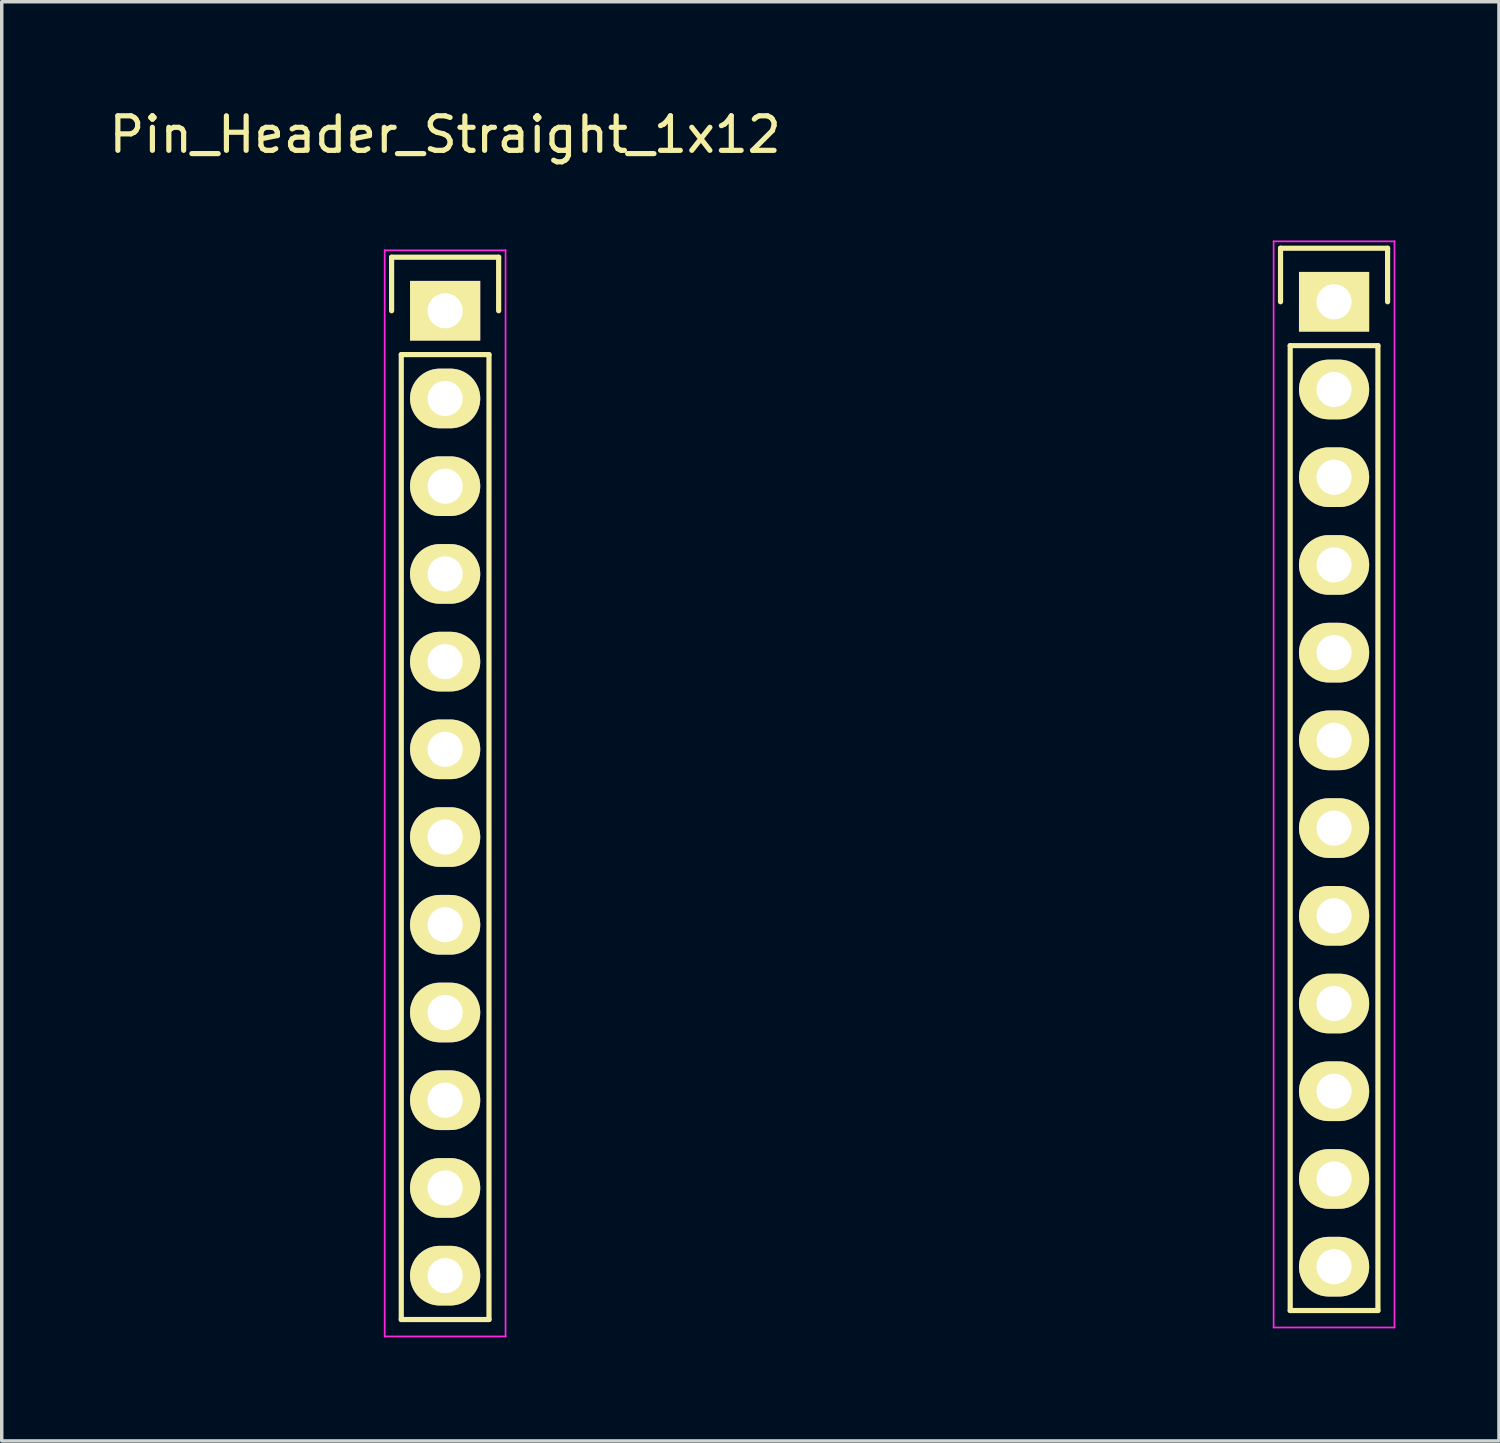
<source format=kicad_pcb>
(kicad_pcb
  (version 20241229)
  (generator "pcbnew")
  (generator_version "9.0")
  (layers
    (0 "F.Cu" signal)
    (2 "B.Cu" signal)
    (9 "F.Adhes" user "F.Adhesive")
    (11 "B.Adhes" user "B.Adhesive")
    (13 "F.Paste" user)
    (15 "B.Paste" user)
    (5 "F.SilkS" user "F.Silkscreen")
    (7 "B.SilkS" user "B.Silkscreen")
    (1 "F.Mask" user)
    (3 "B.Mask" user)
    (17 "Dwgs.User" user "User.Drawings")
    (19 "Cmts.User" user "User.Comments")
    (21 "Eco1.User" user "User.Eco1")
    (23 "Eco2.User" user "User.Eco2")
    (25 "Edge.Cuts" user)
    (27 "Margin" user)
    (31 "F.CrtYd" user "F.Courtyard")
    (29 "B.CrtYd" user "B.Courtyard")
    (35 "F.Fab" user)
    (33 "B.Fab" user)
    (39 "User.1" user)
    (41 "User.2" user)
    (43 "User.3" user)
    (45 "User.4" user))
  (footprint "Pin_Header_Straight_1x12"
    (layer "F.Cu")
    (at 9.839 5.948)
    (property "Reference" "Pin_Header_Straight_1x12" (at 0 -5.1 0) (layer "F.SilkS") (effects (font (size 1 1) (thickness 0.15))))
    (attr through_hole)
    (fp_line (start -1.55 -1.55) (end 1.55 -1.55) (stroke (width 0.15) (type solid)) (layer "F.SilkS"))
    (fp_line (start -1.55 0) (end -1.55 -1.55) (stroke (width 0.15) (type solid)) (layer "F.SilkS"))
    (fp_line (start -1.27 29.21) (end -1.27 1.27) (stroke (width 0.15) (type solid)) (layer "F.SilkS"))
    (fp_line (start 1.27 1.27) (end -1.27 1.27) (stroke (width 0.15) (type solid)) (layer "F.SilkS"))
    (fp_line (start 1.27 1.27) (end 1.27 29.21) (stroke (width 0.15) (type solid)) (layer "F.SilkS"))
    (fp_line (start 1.27 29.21) (end -1.27 29.21) (stroke (width 0.15) (type solid)) (layer "F.SilkS"))
    (fp_line (start 1.55 -1.55) (end 1.55 0) (stroke (width 0.15) (type solid)) (layer "F.SilkS"))
    (fp_line (start 24.19 -1.81) (end 27.29 -1.81) (stroke (width 0.15) (type solid)) (layer "F.SilkS"))
    (fp_line (start 24.19 -0.26) (end 24.19 -1.81) (stroke (width 0.15) (type solid)) (layer "F.SilkS"))
    (fp_line (start 24.47 28.95) (end 24.47 1.01) (stroke (width 0.15) (type solid)) (layer "F.SilkS"))
    (fp_line (start 27.01 1.01) (end 24.47 1.01) (stroke (width 0.15) (type solid)) (layer "F.SilkS"))
    (fp_line (start 27.01 1.01) (end 27.01 28.95) (stroke (width 0.15) (type solid)) (layer "F.SilkS"))
    (fp_line (start 27.01 28.95) (end 24.47 28.95) (stroke (width 0.15) (type solid)) (layer "F.SilkS"))
    (fp_line (start 27.29 -1.81) (end 27.29 -0.26) (stroke (width 0.15) (type solid)) (layer "F.SilkS"))
    (fp_line (start -1.75 -1.75) (end -1.75 29.7) (stroke (width 0.05) (type solid)) (layer "F.CrtYd"))
    (fp_line (start -1.75 -1.75) (end 1.75 -1.75) (stroke (width 0.05) (type solid)) (layer "F.CrtYd"))
    (fp_line (start -1.75 29.7) (end 1.75 29.7) (stroke (width 0.05) (type solid)) (layer "F.CrtYd"))
    (fp_line (start 1.75 -1.75) (end 1.75 29.7) (stroke (width 0.05) (type solid)) (layer "F.CrtYd"))
    (fp_line (start 23.99 -2.01) (end 23.99 29.44) (stroke (width 0.05) (type solid)) (layer "F.CrtYd"))
    (fp_line (start 23.99 -2.01) (end 27.49 -2.01) (stroke (width 0.05) (type solid)) (layer "F.CrtYd"))
    (fp_line (start 23.99 29.44) (end 27.49 29.44) (stroke (width 0.05) (type solid)) (layer "F.CrtYd"))
    (fp_line (start 27.49 -2.01) (end 27.49 29.44) (stroke (width 0.05) (type solid)) (layer "F.CrtYd"))
    (pad "1" thru_hole rect (at 0 0) (size 2.032 1.727) (drill 1.016) (layers "*.Cu" "*.Mask" "F.SilkS"))
    (pad "1" thru_hole rect (at 25.74 -0.26) (size 2.032 1.727) (drill 1.016) (layers "*.Cu" "*.Mask" "F.SilkS"))
    (pad "2" thru_hole oval (at 0 2.54) (size 2.032 1.727) (drill 1.016) (layers "*.Cu" "*.Mask" "F.SilkS"))
    (pad "2" thru_hole oval (at 25.74 2.28) (size 2.032 1.727) (drill 1.016) (layers "*.Cu" "*.Mask" "F.SilkS"))
    (pad "3" thru_hole oval (at 0 5.08) (size 2.032 1.727) (drill 1.016) (layers "*.Cu" "*.Mask" "F.SilkS"))
    (pad "3" thru_hole oval (at 25.74 4.82) (size 2.032 1.727) (drill 1.016) (layers "*.Cu" "*.Mask" "F.SilkS"))
    (pad "4" thru_hole oval (at 0 7.62) (size 2.032 1.727) (drill 1.016) (layers "*.Cu" "*.Mask" "F.SilkS"))
    (pad "4" thru_hole oval (at 25.74 7.36) (size 2.032 1.727) (drill 1.016) (layers "*.Cu" "*.Mask" "F.SilkS"))
    (pad "5" thru_hole oval (at 0 10.16) (size 2.032 1.727) (drill 1.016) (layers "*.Cu" "*.Mask" "F.SilkS"))
    (pad "5" thru_hole oval (at 25.74 9.9) (size 2.032 1.727) (drill 1.016) (layers "*.Cu" "*.Mask" "F.SilkS"))
    (pad "6" thru_hole oval (at 0 12.7) (size 2.032 1.727) (drill 1.016) (layers "*.Cu" "*.Mask" "F.SilkS"))
    (pad "6" thru_hole oval (at 25.74 12.44) (size 2.032 1.727) (drill 1.016) (layers "*.Cu" "*.Mask" "F.SilkS"))
    (pad "7" thru_hole oval (at 0 15.24) (size 2.032 1.727) (drill 1.016) (layers "*.Cu" "*.Mask" "F.SilkS"))
    (pad "7" thru_hole oval (at 25.74 14.98) (size 2.032 1.727) (drill 1.016) (layers "*.Cu" "*.Mask" "F.SilkS"))
    (pad "8" thru_hole oval (at 0 17.78) (size 2.032 1.727) (drill 1.016) (layers "*.Cu" "*.Mask" "F.SilkS"))
    (pad "8" thru_hole oval (at 25.74 17.52) (size 2.032 1.727) (drill 1.016) (layers "*.Cu" "*.Mask" "F.SilkS"))
    (pad "9" thru_hole oval (at 0 20.32) (size 2.032 1.727) (drill 1.016) (layers "*.Cu" "*.Mask" "F.SilkS"))
    (pad "9" thru_hole oval (at 25.74 20.06) (size 2.032 1.727) (drill 1.016) (layers "*.Cu" "*.Mask" "F.SilkS"))
    (pad "10" thru_hole oval (at 0 22.86) (size 2.032 1.727) (drill 1.016) (layers "*.Cu" "*.Mask" "F.SilkS"))
    (pad "10" thru_hole oval (at 25.74 22.6) (size 2.032 1.727) (drill 1.016) (layers "*.Cu" "*.Mask" "F.SilkS"))
    (pad "11" thru_hole oval (at 0 25.4) (size 2.032 1.727) (drill 1.016) (layers "*.Cu" "*.Mask" "F.SilkS"))
    (pad "11" thru_hole oval (at 25.74 25.14) (size 2.032 1.727) (drill 1.016) (layers "*.Cu" "*.Mask" "F.SilkS"))
    (pad "12" thru_hole oval (at 0 27.94) (size 2.032 1.727) (drill 1.016) (layers "*.Cu" "*.Mask" "F.SilkS"))
    (pad "12" thru_hole oval (at 25.74 27.68) (size 2.032 1.727) (drill 1.016) (layers "*.Cu" "*.Mask" "F.SilkS")))
  (gr_rect
    (start -3 -3)
    (end 40.354 38.673)
    (stroke (width 0.1) (type default))
    (fill no)
    (layer "Edge.Cuts")))
</source>
